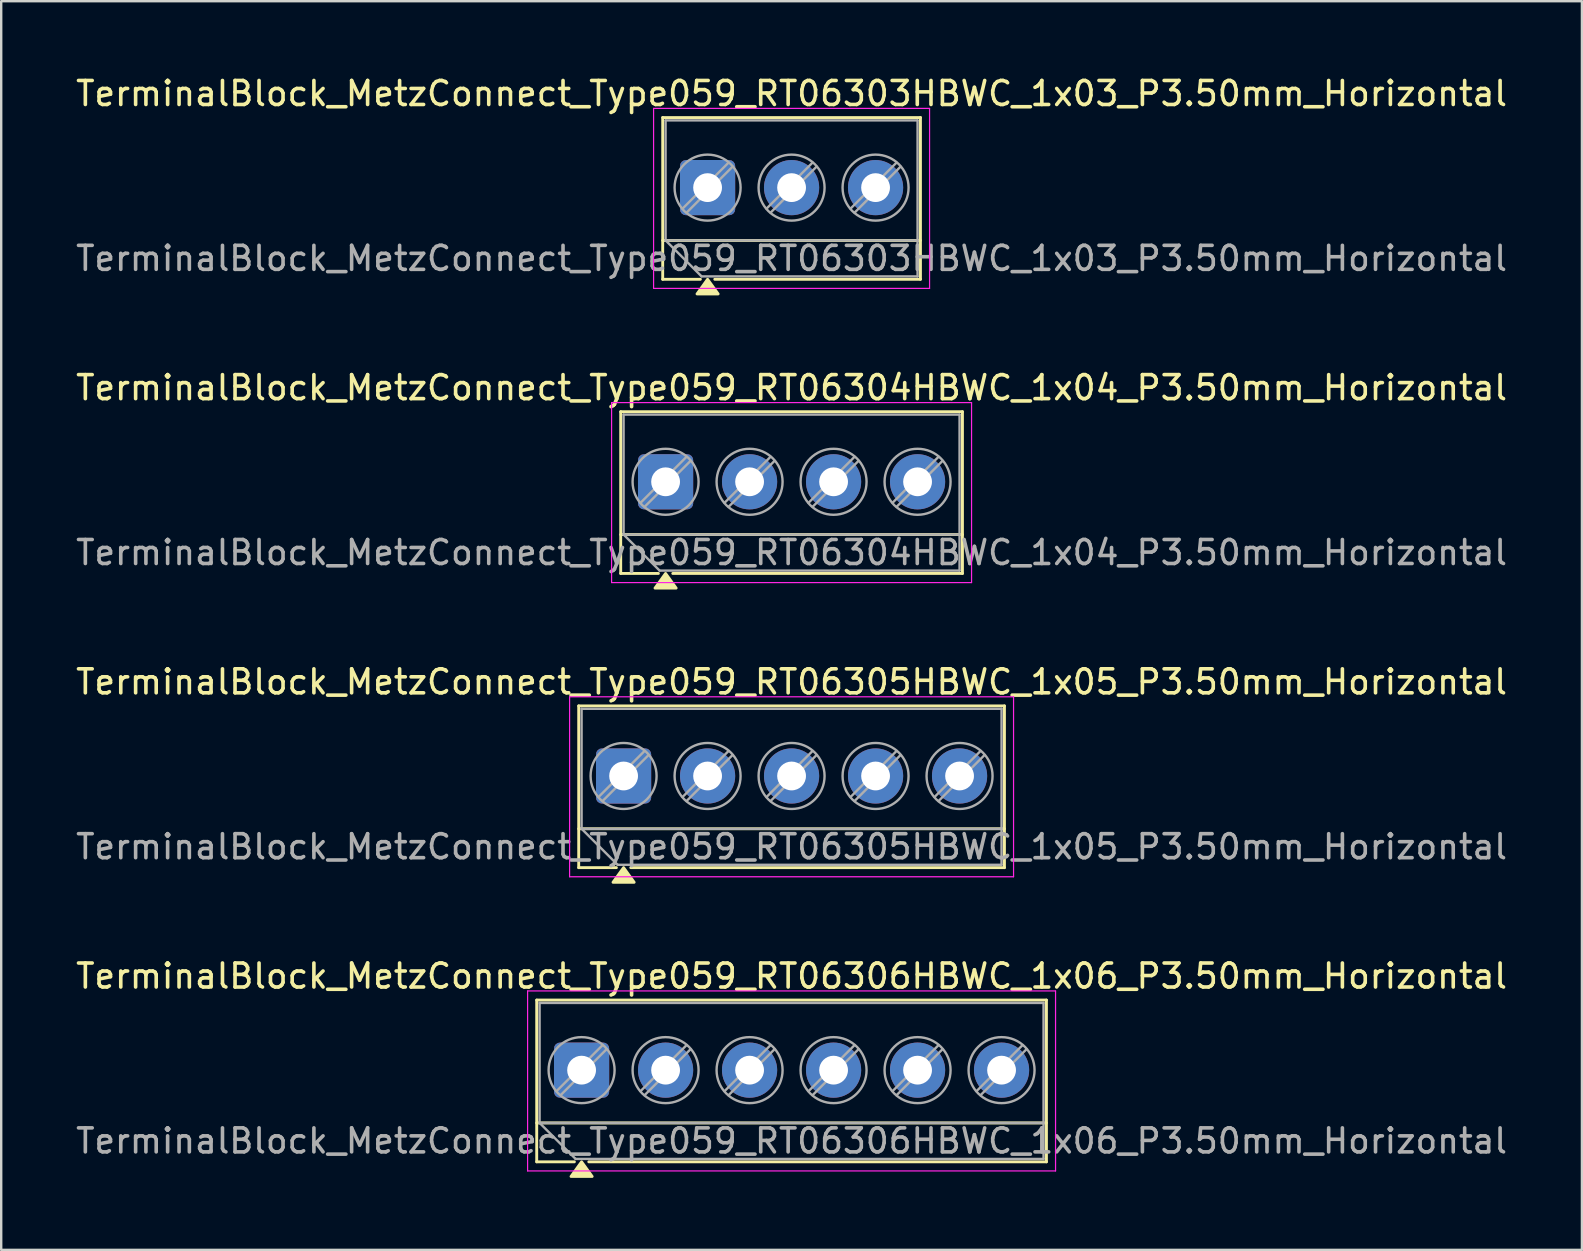
<source format=kicad_pcb>
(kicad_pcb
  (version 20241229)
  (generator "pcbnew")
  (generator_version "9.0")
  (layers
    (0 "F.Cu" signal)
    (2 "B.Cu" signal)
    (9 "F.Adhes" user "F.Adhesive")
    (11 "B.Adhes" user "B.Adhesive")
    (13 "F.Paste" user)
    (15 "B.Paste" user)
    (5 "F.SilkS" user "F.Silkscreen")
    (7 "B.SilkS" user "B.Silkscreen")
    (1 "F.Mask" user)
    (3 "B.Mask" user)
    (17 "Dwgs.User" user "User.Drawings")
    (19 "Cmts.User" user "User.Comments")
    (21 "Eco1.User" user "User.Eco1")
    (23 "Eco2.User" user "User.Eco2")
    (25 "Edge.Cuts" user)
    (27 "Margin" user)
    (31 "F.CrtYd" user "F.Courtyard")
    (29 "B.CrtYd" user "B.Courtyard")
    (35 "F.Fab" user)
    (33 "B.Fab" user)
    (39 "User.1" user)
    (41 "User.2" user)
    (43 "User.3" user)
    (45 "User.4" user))
  (footprint "TerminalBlock_MetzConnect_Type059_RT06306HBWC_1x06_P3.50mm_Horizontal"
    (layer "F.Cu")
    (at 21.185 41.543)
    (property "Reference" "TerminalBlock_MetzConnect_Type059_RT06306HBWC_1x06_P3.50mm_Horizontal" (at 8.75 -3.92 0) (layer "F.SilkS") (effects (font (size 1 1) (thickness 0.15))))
    (attr through_hole)
    (fp_line (start -1.87 -2.92) (end 19.37 -2.92) (stroke (width 0.12) (type solid)) (layer "F.SilkS"))
    (fp_line (start -1.87 2.2) (end 19.37 2.2) (stroke (width 0.12) (type solid)) (layer "F.SilkS"))
    (fp_line (start -1.87 3.82) (end -1.87 -2.92) (stroke (width 0.12) (type solid)) (layer "F.SilkS"))
    (fp_line (start -0.3 3.82) (end -1.87 3.82) (stroke (width 0.12) (type solid)) (layer "F.SilkS"))
    (fp_line (start 19.37 -2.92) (end 19.37 3.82) (stroke (width 0.12) (type solid)) (layer "F.SilkS"))
    (fp_line (start 19.37 3.82) (end 0.3 3.82) (stroke (width 0.12) (type solid)) (layer "F.SilkS"))
    (fp_poly (pts (xy 0 3.82) (xy 0.44 4.43) (xy -0.44 4.43)) (stroke (width 0.12) (type solid)) (fill yes) (layer "F.SilkS"))
    (fp_line (start -2.25 -3.3) (end -2.25 4.2) (stroke (width 0.05) (type solid)) (layer "F.CrtYd"))
    (fp_line (start -2.25 4.2) (end 19.75 4.2) (stroke (width 0.05) (type solid)) (layer "F.CrtYd"))
    (fp_line (start 19.75 -3.3) (end -2.25 -3.3) (stroke (width 0.05) (type solid)) (layer "F.CrtYd"))
    (fp_line (start 19.75 4.2) (end 19.75 -3.3) (stroke (width 0.05) (type solid)) (layer "F.CrtYd"))
    (fp_line (start -1.75 -2.8) (end 19.25 -2.8) (stroke (width 0.1) (type solid)) (layer "F.Fab"))
    (fp_line (start -1.75 2.2) (end -1.75 -2.8) (stroke (width 0.1) (type solid)) (layer "F.Fab"))
    (fp_line (start -1.75 2.2) (end 19.25 2.2) (stroke (width 0.1) (type solid)) (layer "F.Fab"))
    (fp_line (start -0.25 3.7) (end -1.75 2.2) (stroke (width 0.1) (type solid)) (layer "F.Fab"))
    (fp_line (start 0.875 -1.043) (end -1.043 0.875) (stroke (width 0.1) (type solid)) (layer "F.Fab"))
    (fp_line (start 1.043 -0.875) (end -0.875 1.043) (stroke (width 0.1) (type solid)) (layer "F.Fab"))
    (fp_line (start 4.375 -1.043) (end 2.457 0.875) (stroke (width 0.1) (type solid)) (layer "F.Fab"))
    (fp_line (start 4.543 -0.875) (end 2.625 1.043) (stroke (width 0.1) (type solid)) (layer "F.Fab"))
    (fp_line (start 7.875 -1.043) (end 5.957 0.875) (stroke (width 0.1) (type solid)) (layer "F.Fab"))
    (fp_line (start 8.043 -0.875) (end 6.125 1.043) (stroke (width 0.1) (type solid)) (layer "F.Fab"))
    (fp_line (start 11.375 -1.043) (end 9.457 0.875) (stroke (width 0.1) (type solid)) (layer "F.Fab"))
    (fp_line (start 11.543 -0.875) (end 9.625 1.043) (stroke (width 0.1) (type solid)) (layer "F.Fab"))
    (fp_line (start 14.875 -1.043) (end 12.957 0.875) (stroke (width 0.1) (type solid)) (layer "F.Fab"))
    (fp_line (start 15.043 -0.875) (end 13.125 1.043) (stroke (width 0.1) (type solid)) (layer "F.Fab"))
    (fp_line (start 18.375 -1.043) (end 16.457 0.875) (stroke (width 0.1) (type solid)) (layer "F.Fab"))
    (fp_line (start 18.543 -0.875) (end 16.625 1.043) (stroke (width 0.1) (type solid)) (layer "F.Fab"))
    (fp_line (start 19.25 -2.8) (end 19.25 3.7) (stroke (width 0.1) (type solid)) (layer "F.Fab"))
    (fp_line (start 19.25 3.7) (end -0.25 3.7) (stroke (width 0.1) (type solid)) (layer "F.Fab"))
    (fp_circle (center 0 0) (end 1.375 0) (stroke (width 0.1) (type solid)) (fill no) (layer "F.Fab"))
    (fp_circle (center 3.5 0) (end 4.875 0) (stroke (width 0.1) (type solid)) (fill no) (layer "F.Fab"))
    (fp_circle (center 7 0) (end 8.375 0) (stroke (width 0.1) (type solid)) (fill no) (layer "F.Fab"))
    (fp_circle (center 10.5 0) (end 11.875 0) (stroke (width 0.1) (type solid)) (fill no) (layer "F.Fab"))
    (fp_circle (center 14 0) (end 15.375 0) (stroke (width 0.1) (type solid)) (fill no) (layer "F.Fab"))
    (fp_circle (center 17.5 0) (end 18.875 0) (stroke (width 0.1) (type solid)) (fill no) (layer "F.Fab"))
    (fp_text user "${REFERENCE}" (at 8.75 2.95 0) (layer "F.Fab") (effects (font (size 1 1) (thickness 0.15))))
    (pad "1" thru_hole roundrect (at 0 0) (size 2.3 2.3) (drill 1.2) (layers "*.Cu" "*.Mask") (roundrect_rratio 0.109))
    (pad "2" thru_hole circle (at 3.5 0) (size 2.3 2.3) (drill 1.2) (layers "*.Cu" "*.Mask"))
    (pad "3" thru_hole circle (at 7 0) (size 2.3 2.3) (drill 1.2) (layers "*.Cu" "*.Mask"))
    (pad "4" thru_hole circle (at 10.5 0) (size 2.3 2.3) (drill 1.2) (layers "*.Cu" "*.Mask"))
    (pad "5" thru_hole circle (at 14 0) (size 2.3 2.3) (drill 1.2) (layers "*.Cu" "*.Mask"))
    (pad "6" thru_hole circle (at 17.5 0) (size 2.3 2.3) (drill 1.2) (layers "*.Cu" "*.Mask")))
  (footprint "TerminalBlock_MetzConnect_Type059_RT06305HBWC_1x05_P3.50mm_Horizontal"
    (layer "F.Cu")
    (at 22.935 29.285)
    (property "Reference" "TerminalBlock_MetzConnect_Type059_RT06305HBWC_1x05_P3.50mm_Horizontal" (at 7 -3.92 0) (layer "F.SilkS") (effects (font (size 1 1) (thickness 0.15))))
    (attr through_hole)
    (fp_line (start -1.87 -2.92) (end 15.87 -2.92) (stroke (width 0.12) (type solid)) (layer "F.SilkS"))
    (fp_line (start -1.87 2.2) (end 15.87 2.2) (stroke (width 0.12) (type solid)) (layer "F.SilkS"))
    (fp_line (start -1.87 3.82) (end -1.87 -2.92) (stroke (width 0.12) (type solid)) (layer "F.SilkS"))
    (fp_line (start -0.3 3.82) (end -1.87 3.82) (stroke (width 0.12) (type solid)) (layer "F.SilkS"))
    (fp_line (start 15.87 -2.92) (end 15.87 3.82) (stroke (width 0.12) (type solid)) (layer "F.SilkS"))
    (fp_line (start 15.87 3.82) (end 0.3 3.82) (stroke (width 0.12) (type solid)) (layer "F.SilkS"))
    (fp_poly (pts (xy 0 3.82) (xy 0.44 4.43) (xy -0.44 4.43)) (stroke (width 0.12) (type solid)) (fill yes) (layer "F.SilkS"))
    (fp_line (start -2.25 -3.3) (end -2.25 4.2) (stroke (width 0.05) (type solid)) (layer "F.CrtYd"))
    (fp_line (start -2.25 4.2) (end 16.25 4.2) (stroke (width 0.05) (type solid)) (layer "F.CrtYd"))
    (fp_line (start 16.25 -3.3) (end -2.25 -3.3) (stroke (width 0.05) (type solid)) (layer "F.CrtYd"))
    (fp_line (start 16.25 4.2) (end 16.25 -3.3) (stroke (width 0.05) (type solid)) (layer "F.CrtYd"))
    (fp_line (start -1.75 -2.8) (end 15.75 -2.8) (stroke (width 0.1) (type solid)) (layer "F.Fab"))
    (fp_line (start -1.75 2.2) (end -1.75 -2.8) (stroke (width 0.1) (type solid)) (layer "F.Fab"))
    (fp_line (start -1.75 2.2) (end 15.75 2.2) (stroke (width 0.1) (type solid)) (layer "F.Fab"))
    (fp_line (start -0.25 3.7) (end -1.75 2.2) (stroke (width 0.1) (type solid)) (layer "F.Fab"))
    (fp_line (start 0.875 -1.043) (end -1.043 0.875) (stroke (width 0.1) (type solid)) (layer "F.Fab"))
    (fp_line (start 1.043 -0.875) (end -0.875 1.043) (stroke (width 0.1) (type solid)) (layer "F.Fab"))
    (fp_line (start 4.375 -1.043) (end 2.457 0.875) (stroke (width 0.1) (type solid)) (layer "F.Fab"))
    (fp_line (start 4.543 -0.875) (end 2.625 1.043) (stroke (width 0.1) (type solid)) (layer "F.Fab"))
    (fp_line (start 7.875 -1.043) (end 5.957 0.875) (stroke (width 0.1) (type solid)) (layer "F.Fab"))
    (fp_line (start 8.043 -0.875) (end 6.125 1.043) (stroke (width 0.1) (type solid)) (layer "F.Fab"))
    (fp_line (start 11.375 -1.043) (end 9.457 0.875) (stroke (width 0.1) (type solid)) (layer "F.Fab"))
    (fp_line (start 11.543 -0.875) (end 9.625 1.043) (stroke (width 0.1) (type solid)) (layer "F.Fab"))
    (fp_line (start 14.875 -1.043) (end 12.957 0.875) (stroke (width 0.1) (type solid)) (layer "F.Fab"))
    (fp_line (start 15.043 -0.875) (end 13.125 1.043) (stroke (width 0.1) (type solid)) (layer "F.Fab"))
    (fp_line (start 15.75 -2.8) (end 15.75 3.7) (stroke (width 0.1) (type solid)) (layer "F.Fab"))
    (fp_line (start 15.75 3.7) (end -0.25 3.7) (stroke (width 0.1) (type solid)) (layer "F.Fab"))
    (fp_circle (center 0 0) (end 1.375 0) (stroke (width 0.1) (type solid)) (fill no) (layer "F.Fab"))
    (fp_circle (center 3.5 0) (end 4.875 0) (stroke (width 0.1) (type solid)) (fill no) (layer "F.Fab"))
    (fp_circle (center 7 0) (end 8.375 0) (stroke (width 0.1) (type solid)) (fill no) (layer "F.Fab"))
    (fp_circle (center 10.5 0) (end 11.875 0) (stroke (width 0.1) (type solid)) (fill no) (layer "F.Fab"))
    (fp_circle (center 14 0) (end 15.375 0) (stroke (width 0.1) (type solid)) (fill no) (layer "F.Fab"))
    (fp_text user "${REFERENCE}" (at 7 2.95 0) (layer "F.Fab") (effects (font (size 1 1) (thickness 0.15))))
    (pad "1" thru_hole roundrect (at 0 0) (size 2.3 2.3) (drill 1.2) (layers "*.Cu" "*.Mask") (roundrect_rratio 0.109))
    (pad "2" thru_hole circle (at 3.5 0) (size 2.3 2.3) (drill 1.2) (layers "*.Cu" "*.Mask"))
    (pad "3" thru_hole circle (at 7 0) (size 2.3 2.3) (drill 1.2) (layers "*.Cu" "*.Mask"))
    (pad "4" thru_hole circle (at 10.5 0) (size 2.3 2.3) (drill 1.2) (layers "*.Cu" "*.Mask"))
    (pad "5" thru_hole circle (at 14 0) (size 2.3 2.3) (drill 1.2) (layers "*.Cu" "*.Mask")))
  (footprint "TerminalBlock_MetzConnect_Type059_RT06303HBWC_1x03_P3.50mm_Horizontal"
    (layer "F.Cu")
    (at 26.435 4.768)
    (property "Reference" "TerminalBlock_MetzConnect_Type059_RT06303HBWC_1x03_P3.50mm_Horizontal" (at 3.5 -3.92 0) (layer "F.SilkS") (effects (font (size 1 1) (thickness 0.15))))
    (attr through_hole)
    (fp_line (start -1.87 -2.92) (end 8.87 -2.92) (stroke (width 0.12) (type solid)) (layer "F.SilkS"))
    (fp_line (start -1.87 2.2) (end 8.87 2.2) (stroke (width 0.12) (type solid)) (layer "F.SilkS"))
    (fp_line (start -1.87 3.82) (end -1.87 -2.92) (stroke (width 0.12) (type solid)) (layer "F.SilkS"))
    (fp_line (start -0.3 3.82) (end -1.87 3.82) (stroke (width 0.12) (type solid)) (layer "F.SilkS"))
    (fp_line (start 8.87 -2.92) (end 8.87 3.82) (stroke (width 0.12) (type solid)) (layer "F.SilkS"))
    (fp_line (start 8.87 3.82) (end 0.3 3.82) (stroke (width 0.12) (type solid)) (layer "F.SilkS"))
    (fp_poly (pts (xy 0 3.82) (xy 0.44 4.43) (xy -0.44 4.43)) (stroke (width 0.12) (type solid)) (fill yes) (layer "F.SilkS"))
    (fp_line (start -2.25 -3.3) (end -2.25 4.2) (stroke (width 0.05) (type solid)) (layer "F.CrtYd"))
    (fp_line (start -2.25 4.2) (end 9.25 4.2) (stroke (width 0.05) (type solid)) (layer "F.CrtYd"))
    (fp_line (start 9.25 -3.3) (end -2.25 -3.3) (stroke (width 0.05) (type solid)) (layer "F.CrtYd"))
    (fp_line (start 9.25 4.2) (end 9.25 -3.3) (stroke (width 0.05) (type solid)) (layer "F.CrtYd"))
    (fp_line (start -1.75 -2.8) (end 8.75 -2.8) (stroke (width 0.1) (type solid)) (layer "F.Fab"))
    (fp_line (start -1.75 2.2) (end -1.75 -2.8) (stroke (width 0.1) (type solid)) (layer "F.Fab"))
    (fp_line (start -1.75 2.2) (end 8.75 2.2) (stroke (width 0.1) (type solid)) (layer "F.Fab"))
    (fp_line (start -0.25 3.7) (end -1.75 2.2) (stroke (width 0.1) (type solid)) (layer "F.Fab"))
    (fp_line (start 0.875 -1.043) (end -1.043 0.875) (stroke (width 0.1) (type solid)) (layer "F.Fab"))
    (fp_line (start 1.043 -0.875) (end -0.875 1.043) (stroke (width 0.1) (type solid)) (layer "F.Fab"))
    (fp_line (start 4.375 -1.043) (end 2.457 0.875) (stroke (width 0.1) (type solid)) (layer "F.Fab"))
    (fp_line (start 4.543 -0.875) (end 2.625 1.043) (stroke (width 0.1) (type solid)) (layer "F.Fab"))
    (fp_line (start 7.875 -1.043) (end 5.957 0.875) (stroke (width 0.1) (type solid)) (layer "F.Fab"))
    (fp_line (start 8.043 -0.875) (end 6.125 1.043) (stroke (width 0.1) (type solid)) (layer "F.Fab"))
    (fp_line (start 8.75 -2.8) (end 8.75 3.7) (stroke (width 0.1) (type solid)) (layer "F.Fab"))
    (fp_line (start 8.75 3.7) (end -0.25 3.7) (stroke (width 0.1) (type solid)) (layer "F.Fab"))
    (fp_circle (center 0 0) (end 1.375 0) (stroke (width 0.1) (type solid)) (fill no) (layer "F.Fab"))
    (fp_circle (center 3.5 0) (end 4.875 0) (stroke (width 0.1) (type solid)) (fill no) (layer "F.Fab"))
    (fp_circle (center 7 0) (end 8.375 0) (stroke (width 0.1) (type solid)) (fill no) (layer "F.Fab"))
    (fp_text user "${REFERENCE}" (at 3.5 2.95 0) (layer "F.Fab") (effects (font (size 1 1) (thickness 0.15))))
    (pad "1" thru_hole roundrect (at 0 0) (size 2.3 2.3) (drill 1.2) (layers "*.Cu" "*.Mask") (roundrect_rratio 0.109))
    (pad "2" thru_hole circle (at 3.5 0) (size 2.3 2.3) (drill 1.2) (layers "*.Cu" "*.Mask"))
    (pad "3" thru_hole circle (at 7 0) (size 2.3 2.3) (drill 1.2) (layers "*.Cu" "*.Mask")))
  (footprint "TerminalBlock_MetzConnect_Type059_RT06304HBWC_1x04_P3.50mm_Horizontal"
    (layer "F.Cu")
    (at 24.685 17.026)
    (property "Reference" "TerminalBlock_MetzConnect_Type059_RT06304HBWC_1x04_P3.50mm_Horizontal" (at 5.25 -3.92 0) (layer "F.SilkS") (effects (font (size 1 1) (thickness 0.15))))
    (attr through_hole)
    (fp_line (start -1.87 -2.92) (end 12.37 -2.92) (stroke (width 0.12) (type solid)) (layer "F.SilkS"))
    (fp_line (start -1.87 2.2) (end 12.37 2.2) (stroke (width 0.12) (type solid)) (layer "F.SilkS"))
    (fp_line (start -1.87 3.82) (end -1.87 -2.92) (stroke (width 0.12) (type solid)) (layer "F.SilkS"))
    (fp_line (start -0.3 3.82) (end -1.87 3.82) (stroke (width 0.12) (type solid)) (layer "F.SilkS"))
    (fp_line (start 12.37 -2.92) (end 12.37 3.82) (stroke (width 0.12) (type solid)) (layer "F.SilkS"))
    (fp_line (start 12.37 3.82) (end 0.3 3.82) (stroke (width 0.12) (type solid)) (layer "F.SilkS"))
    (fp_poly (pts (xy 0 3.82) (xy 0.44 4.43) (xy -0.44 4.43)) (stroke (width 0.12) (type solid)) (fill yes) (layer "F.SilkS"))
    (fp_line (start -2.25 -3.3) (end -2.25 4.2) (stroke (width 0.05) (type solid)) (layer "F.CrtYd"))
    (fp_line (start -2.25 4.2) (end 12.75 4.2) (stroke (width 0.05) (type solid)) (layer "F.CrtYd"))
    (fp_line (start 12.75 -3.3) (end -2.25 -3.3) (stroke (width 0.05) (type solid)) (layer "F.CrtYd"))
    (fp_line (start 12.75 4.2) (end 12.75 -3.3) (stroke (width 0.05) (type solid)) (layer "F.CrtYd"))
    (fp_line (start -1.75 -2.8) (end 12.25 -2.8) (stroke (width 0.1) (type solid)) (layer "F.Fab"))
    (fp_line (start -1.75 2.2) (end -1.75 -2.8) (stroke (width 0.1) (type solid)) (layer "F.Fab"))
    (fp_line (start -1.75 2.2) (end 12.25 2.2) (stroke (width 0.1) (type solid)) (layer "F.Fab"))
    (fp_line (start -0.25 3.7) (end -1.75 2.2) (stroke (width 0.1) (type solid)) (layer "F.Fab"))
    (fp_line (start 0.875 -1.043) (end -1.043 0.875) (stroke (width 0.1) (type solid)) (layer "F.Fab"))
    (fp_line (start 1.043 -0.875) (end -0.875 1.043) (stroke (width 0.1) (type solid)) (layer "F.Fab"))
    (fp_line (start 4.375 -1.043) (end 2.457 0.875) (stroke (width 0.1) (type solid)) (layer "F.Fab"))
    (fp_line (start 4.543 -0.875) (end 2.625 1.043) (stroke (width 0.1) (type solid)) (layer "F.Fab"))
    (fp_line (start 7.875 -1.043) (end 5.957 0.875) (stroke (width 0.1) (type solid)) (layer "F.Fab"))
    (fp_line (start 8.043 -0.875) (end 6.125 1.043) (stroke (width 0.1) (type solid)) (layer "F.Fab"))
    (fp_line (start 11.375 -1.043) (end 9.457 0.875) (stroke (width 0.1) (type solid)) (layer "F.Fab"))
    (fp_line (start 11.543 -0.875) (end 9.625 1.043) (stroke (width 0.1) (type solid)) (layer "F.Fab"))
    (fp_line (start 12.25 -2.8) (end 12.25 3.7) (stroke (width 0.1) (type solid)) (layer "F.Fab"))
    (fp_line (start 12.25 3.7) (end -0.25 3.7) (stroke (width 0.1) (type solid)) (layer "F.Fab"))
    (fp_circle (center 0 0) (end 1.375 0) (stroke (width 0.1) (type solid)) (fill no) (layer "F.Fab"))
    (fp_circle (center 3.5 0) (end 4.875 0) (stroke (width 0.1) (type solid)) (fill no) (layer "F.Fab"))
    (fp_circle (center 7 0) (end 8.375 0) (stroke (width 0.1) (type solid)) (fill no) (layer "F.Fab"))
    (fp_circle (center 10.5 0) (end 11.875 0) (stroke (width 0.1) (type solid)) (fill no) (layer "F.Fab"))
    (fp_text user "${REFERENCE}" (at 5.25 2.95 0) (layer "F.Fab") (effects (font (size 1 1) (thickness 0.15))))
    (pad "1" thru_hole roundrect (at 0 0) (size 2.3 2.3) (drill 1.2) (layers "*.Cu" "*.Mask") (roundrect_rratio 0.109))
    (pad "2" thru_hole circle (at 3.5 0) (size 2.3 2.3) (drill 1.2) (layers "*.Cu" "*.Mask"))
    (pad "3" thru_hole circle (at 7 0) (size 2.3 2.3) (drill 1.2) (layers "*.Cu" "*.Mask"))
    (pad "4" thru_hole circle (at 10.5 0) (size 2.3 2.3) (drill 1.2) (layers "*.Cu" "*.Mask")))
  (gr_rect
    (start -3 -3)
    (end 62.869 49.033)
    (stroke (width 0.1) (type default))
    (fill no)
    (layer "Edge.Cuts")))
</source>
